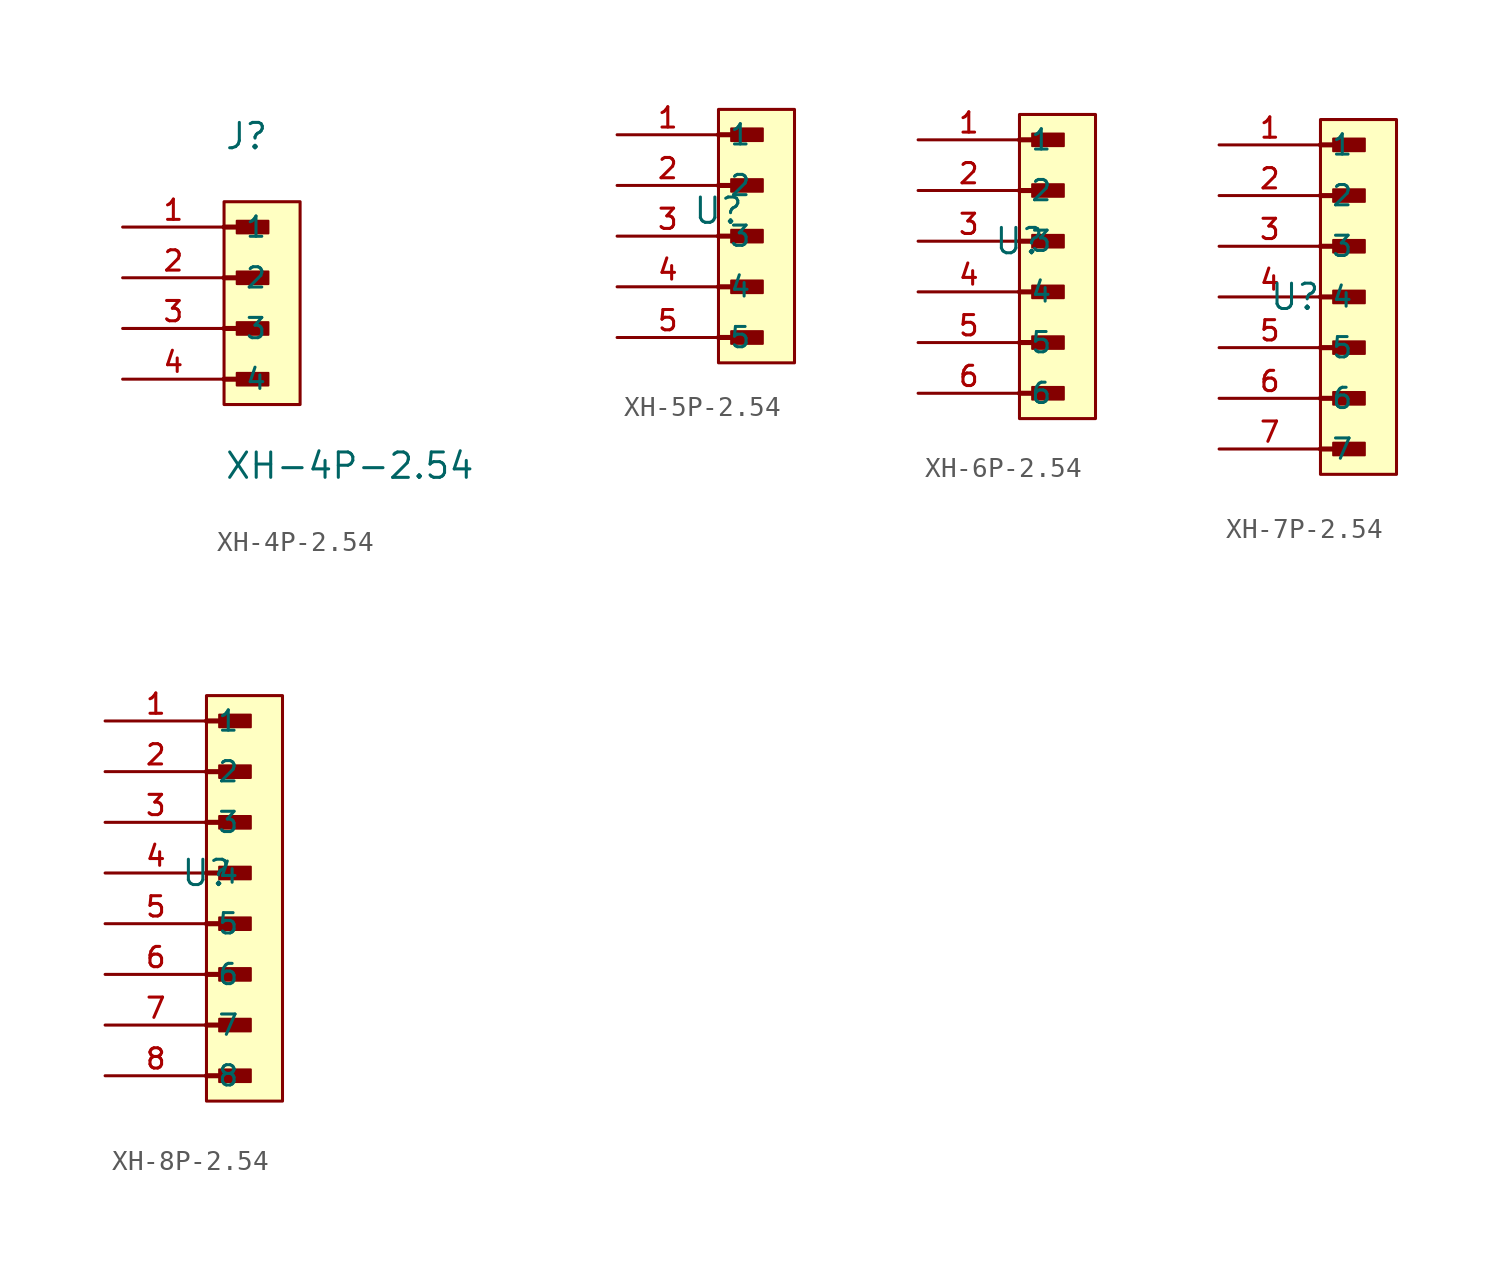
<source format=kicad_sym>
(kicad_symbol_lib
  (version 20220914)
  (generator kicad_symbol_editor)
  (symbol "XH-4P-2.54"
    (pin_names
      (offset 1.016))
    (property "Reference" "J"
      (at 0 8.89 0)
      (effects (font (size 1.27 1.27)) (justify left bottom)))
    (property "Value" "XH-4P-2.54"
      (at 0 -7.62 0)
      (effects (font (size 1.27 1.27)) (justify left bottom)))
    (symbol "XH-4P-2.54_0_0"
      (polyline (pts (xy 0 -2.54) (xy 1.905 -2.54)) (stroke (width 0.254) (type default)) (fill (type none)))
      (polyline (pts (xy 0 0) (xy 1.905 0)) (stroke (width 0.254) (type default)) (fill (type none)))
      (polyline (pts (xy 0 2.54) (xy 1.905 2.54)) (stroke (width 0.254) (type default)) (fill (type none)))
      (polyline (pts (xy 0 5.08) (xy 1.905 5.08)) (stroke (width 0.254) (type default)) (fill (type none)))
      (rectangle (start 0.635 -2.857) (end 2.223 -2.223) (stroke (width 0.1) (type default)) (fill (type outline)))
      (rectangle (start 0.635 -0.318) (end 2.223 0.318) (stroke (width 0.1) (type default)) (fill (type outline)))
      (rectangle (start 0.635 2.223) (end 2.223 2.857) (stroke (width 0.1) (type default)) (fill (type outline)))
      (rectangle (start 0.635 4.763) (end 2.223 5.397) (stroke (width 0.1) (type default)) (fill (type outline)))
      (pin passive line (at -5.08 5.08 0) (length 5.08) (name "1" (effects (font (size 1.016 1.016)))) (number "1" (effects (font (size 1.016 1.016)))))
      (pin passive line (at -5.08 2.54 0) (length 5.08) (name "2" (effects (font (size 1.016 1.016)))) (number "2" (effects (font (size 1.016 1.016)))))
      (pin passive line (at -5.08 0 0) (length 5.08) (name "3" (effects (font (size 1.016 1.016)))) (number "3" (effects (font (size 1.016 1.016)))))
      (pin passive line (at -5.08 -2.54 0) (length 5.08) (name "4" (effects (font (size 1.016 1.016)))) (number "4" (effects (font (size 1.016 1.016))))))
    (symbol "XH-4P-2.54_1_1"
      (rectangle (start 0 6.35) (end 3.81 -3.81) (stroke (width 0) (type default)) (fill (type background)))))
  (symbol "XH-5P-2.54"
    (property "Reference" "U"
      (at 0 0 0)
      (effects (font (size 1.27 1.27))))
    (property "Value" ""
      (at 0 0 0)
      (effects (font (size 1.27 1.27))))
    (symbol "XH-5P-2.54_0_0"
      (polyline (pts (xy 0 -6.35) (xy 1.905 -6.35)) (stroke (width 0.254) (type default)) (fill (type none)))
      (polyline (pts (xy 0 -3.81) (xy 1.905 -3.81)) (stroke (width 0.254) (type default)) (fill (type none)))
      (polyline (pts (xy 0 -1.27) (xy 1.905 -1.27)) (stroke (width 0.254) (type default)) (fill (type none)))
      (polyline (pts (xy 0 1.27) (xy 1.905 1.27)) (stroke (width 0.254) (type default)) (fill (type none)))
      (polyline (pts (xy 0 3.81) (xy 1.905 3.81)) (stroke (width 0.254) (type default)) (fill (type none)))
      (rectangle (start 0.635 -6.032) (end 2.223 -6.668) (stroke (width 0.1) (type default)) (fill (type outline)))
      (rectangle (start 0.635 -4.128) (end 2.223 -3.493) (stroke (width 0.1) (type default)) (fill (type outline)))
      (rectangle (start 0.635 -1.587) (end 2.223 -0.953) (stroke (width 0.1) (type default)) (fill (type outline)))
      (rectangle (start 0.635 0.953) (end 2.223 1.587) (stroke (width 0.1) (type default)) (fill (type outline)))
      (rectangle (start 0.635 3.493) (end 2.223 4.128) (stroke (width 0.1) (type default)) (fill (type outline)))
      (pin passive line (at -5.08 3.81 0) (length 5.08) (name "1" (effects (font (size 1.016 1.016)))) (number "1" (effects (font (size 1.016 1.016)))))
      (pin passive line (at -5.08 1.27 0) (length 5.08) (name "2" (effects (font (size 1.016 1.016)))) (number "2" (effects (font (size 1.016 1.016)))))
      (pin passive line (at -5.08 -1.27 0) (length 5.08) (name "3" (effects (font (size 1.016 1.016)))) (number "3" (effects (font (size 1.016 1.016)))))
      (pin passive line (at -5.08 -3.81 0) (length 5.08) (name "4" (effects (font (size 1.016 1.016)))) (number "4" (effects (font (size 1.016 1.016))))))
    (symbol "XH-5P-2.54_1_0"
      (pin passive line (at -5.08 -6.35 0) (length 5.08) (name "5" (effects (font (size 1.016 1.016)))) (number "5" (effects (font (size 1.016 1.016))))))
    (symbol "XH-5P-2.54_1_1"
      (rectangle (start 0 5.08) (end 3.81 -7.62) (stroke (width 0) (type default)) (fill (type background)))))
  (symbol "XH-6P-2.54"
    (property "Reference" "U"
      (at 0 0 0)
      (effects (font (size 1.27 1.27))))
    (property "Value" ""
      (at 0 0 0)
      (effects (font (size 1.27 1.27))))
    (symbol "XH-6P-2.54_0_0"
      (polyline (pts (xy 0 -7.62) (xy 1.905 -7.62)) (stroke (width 0.254) (type default)) (fill (type none)))
      (polyline (pts (xy 0 -5.08) (xy 1.905 -5.08)) (stroke (width 0.254) (type default)) (fill (type none)))
      (polyline (pts (xy 0 -2.54) (xy 1.905 -2.54)) (stroke (width 0.254) (type default)) (fill (type none)))
      (polyline (pts (xy 0 0) (xy 1.905 0)) (stroke (width 0.254) (type default)) (fill (type none)))
      (polyline (pts (xy 0 2.54) (xy 1.905 2.54)) (stroke (width 0.254) (type default)) (fill (type none)))
      (polyline (pts (xy 0 5.08) (xy 1.905 5.08)) (stroke (width 0.254) (type default)) (fill (type none)))
      (rectangle (start 0.635 -7.938) (end 2.223 -7.303) (stroke (width 0.1) (type default)) (fill (type outline)))
      (rectangle (start 0.635 -5.397) (end 2.223 -4.763) (stroke (width 0.1) (type default)) (fill (type outline)))
      (rectangle (start 0.635 -2.857) (end 2.223 -2.223) (stroke (width 0.1) (type default)) (fill (type outline)))
      (rectangle (start 0.635 -0.318) (end 2.223 0.318) (stroke (width 0.1) (type default)) (fill (type outline)))
      (rectangle (start 0.635 2.223) (end 2.223 2.857) (stroke (width 0.1) (type default)) (fill (type outline)))
      (rectangle (start 0.635 4.763) (end 2.223 5.397) (stroke (width 0.1) (type default)) (fill (type outline)))
      (pin passive line (at -5.08 5.08 0) (length 5.08) (name "1" (effects (font (size 1.016 1.016)))) (number "1" (effects (font (size 1.016 1.016)))))
      (pin passive line (at -5.08 2.54 0) (length 5.08) (name "2" (effects (font (size 1.016 1.016)))) (number "2" (effects (font (size 1.016 1.016)))))
      (pin passive line (at -5.08 0 0) (length 5.08) (name "3" (effects (font (size 1.016 1.016)))) (number "3" (effects (font (size 1.016 1.016)))))
      (pin passive line (at -5.08 -2.54 0) (length 5.08) (name "4" (effects (font (size 1.016 1.016)))) (number "4" (effects (font (size 1.016 1.016))))))
    (symbol "XH-6P-2.54_1_0"
      (pin passive line (at -5.08 -5.08 0) (length 5.08) (name "5" (effects (font (size 1.016 1.016)))) (number "5" (effects (font (size 1.016 1.016)))))
      (pin passive line (at -5.08 -7.62 0) (length 5.08) (name "6" (effects (font (size 1.016 1.016)))) (number "6" (effects (font (size 1.016 1.016))))))
    (symbol "XH-6P-2.54_1_1"
      (rectangle (start 0 6.35) (end 3.81 -8.89) (stroke (width 0) (type default)) (fill (type background)))))
  (symbol "XH-7P-2.54"
    (property "Reference" "U"
      (at 0 0 0)
      (effects (font (size 1.27 1.27))))
    (property "Value" ""
      (at 0 0 0)
      (effects (font (size 1.27 1.27))))
    (symbol "XH-7P-2.54_0_0"
      (polyline (pts (xy 1.27 -7.62) (xy 3.175 -7.62)) (stroke (width 0.254) (type default)) (fill (type none)))
      (polyline (pts (xy 1.27 -5.08) (xy 3.175 -5.08)) (stroke (width 0.254) (type default)) (fill (type none)))
      (polyline (pts (xy 1.27 -2.54) (xy 3.175 -2.54)) (stroke (width 0.254) (type default)) (fill (type none)))
      (polyline (pts (xy 1.27 0) (xy 3.175 0)) (stroke (width 0.254) (type default)) (fill (type none)))
      (polyline (pts (xy 1.27 2.54) (xy 3.175 2.54)) (stroke (width 0.254) (type default)) (fill (type none)))
      (polyline (pts (xy 1.27 5.08) (xy 3.175 5.08)) (stroke (width 0.254) (type default)) (fill (type none)))
      (polyline (pts (xy 1.27 7.62) (xy 3.175 7.62)) (stroke (width 0.254) (type default)) (fill (type none)))
      (rectangle (start 1.905 -7.938) (end 3.493 -7.303) (stroke (width 0.1) (type default)) (fill (type outline)))
      (rectangle (start 1.905 -4.763) (end 3.493 -5.397) (stroke (width 0.1) (type default)) (fill (type outline)))
      (rectangle (start 1.905 -2.857) (end 3.493 -2.223) (stroke (width 0.1) (type default)) (fill (type outline)))
      (rectangle (start 1.905 -0.318) (end 3.493 0.318) (stroke (width 0.1) (type default)) (fill (type outline)))
      (rectangle (start 1.905 2.223) (end 3.493 2.857) (stroke (width 0.1) (type default)) (fill (type outline)))
      (rectangle (start 1.905 4.763) (end 3.493 5.397) (stroke (width 0.1) (type default)) (fill (type outline)))
      (rectangle (start 1.905 7.303) (end 3.493 7.938) (stroke (width 0.1) (type default)) (fill (type outline)))
      (pin passive line (at -3.81 7.62 0) (length 5.08) (name "1" (effects (font (size 1.016 1.016)))) (number "1" (effects (font (size 1.016 1.016)))))
      (pin passive line (at -3.81 5.08 0) (length 5.08) (name "2" (effects (font (size 1.016 1.016)))) (number "2" (effects (font (size 1.016 1.016)))))
      (pin passive line (at -3.81 2.54 0) (length 5.08) (name "3" (effects (font (size 1.016 1.016)))) (number "3" (effects (font (size 1.016 1.016)))))
      (pin passive line (at -3.81 0 0) (length 5.08) (name "4" (effects (font (size 1.016 1.016)))) (number "4" (effects (font (size 1.016 1.016))))))
    (symbol "XH-7P-2.54_1_0"
      (pin passive line (at -3.81 -2.54 0) (length 5.08) (name "5" (effects (font (size 1.016 1.016)))) (number "5" (effects (font (size 1.016 1.016)))))
      (pin passive line (at -3.81 -5.08 0) (length 5.08) (name "6" (effects (font (size 1.016 1.016)))) (number "6" (effects (font (size 1.016 1.016)))))
      (pin passive line (at -3.81 -7.62 0) (length 5.08) (name "7" (effects (font (size 1.016 1.016)))) (number "7" (effects (font (size 1.016 1.016))))))
    (symbol "XH-7P-2.54_1_1"
      (rectangle (start 1.27 8.89) (end 5.08 -8.89) (stroke (width 0) (type default)) (fill (type background)))))
  (symbol "XH-8P-2.54"
    (property "Reference" "U"
      (at 0 0 0)
      (effects (font (size 1.27 1.27))))
    (property "Value" ""
      (at 0 0 0)
      (effects (font (size 1.27 1.27))))
    (symbol "XH-8P-2.54_0_0"
      (polyline (pts (xy 0 -10.16) (xy 1.905 -10.16)) (stroke (width 0.254) (type default)) (fill (type none)))
      (polyline (pts (xy 0 -7.62) (xy 1.905 -7.62)) (stroke (width 0.254) (type default)) (fill (type none)))
      (polyline (pts (xy 0 -5.08) (xy 1.905 -5.08)) (stroke (width 0.254) (type default)) (fill (type none)))
      (polyline (pts (xy 0 -2.54) (xy 1.905 -2.54)) (stroke (width 0.254) (type default)) (fill (type none)))
      (polyline (pts (xy 0 0) (xy 1.905 0)) (stroke (width 0.254) (type default)) (fill (type none)))
      (polyline (pts (xy 0 2.54) (xy 1.905 2.54)) (stroke (width 0.254) (type default)) (fill (type none)))
      (polyline (pts (xy 0 5.08) (xy 1.905 5.08)) (stroke (width 0.254) (type default)) (fill (type none)))
      (polyline (pts (xy 0 7.62) (xy 1.905 7.62)) (stroke (width 0.254) (type default)) (fill (type none)))
      (rectangle (start 0.635 -9.842) (end 2.223 -10.477) (stroke (width 0.1) (type default)) (fill (type outline)))
      (rectangle (start 0.635 -7.938) (end 2.223 -7.303) (stroke (width 0.1) (type default)) (fill (type outline)))
      (rectangle (start 0.635 -5.397) (end 2.223 -4.763) (stroke (width 0.1) (type default)) (fill (type outline)))
      (rectangle (start 0.635 -2.857) (end 2.223 -2.223) (stroke (width 0.1) (type default)) (fill (type outline)))
      (rectangle (start 0.635 -0.318) (end 2.223 0.318) (stroke (width 0.1) (type default)) (fill (type outline)))
      (rectangle (start 0.635 2.223) (end 2.223 2.857) (stroke (width 0.1) (type default)) (fill (type outline)))
      (rectangle (start 0.635 4.763) (end 2.223 5.397) (stroke (width 0.1) (type default)) (fill (type outline)))
      (rectangle (start 0.635 7.303) (end 2.223 7.938) (stroke (width 0.1) (type default)) (fill (type outline)))
      (pin passive line (at -5.08 7.62 0) (length 5.08) (name "1" (effects (font (size 1.016 1.016)))) (number "1" (effects (font (size 1.016 1.016)))))
      (pin passive line (at -5.08 5.08 0) (length 5.08) (name "2" (effects (font (size 1.016 1.016)))) (number "2" (effects (font (size 1.016 1.016)))))
      (pin passive line (at -5.08 2.54 0) (length 5.08) (name "3" (effects (font (size 1.016 1.016)))) (number "3" (effects (font (size 1.016 1.016)))))
      (pin passive line (at -5.08 0 0) (length 5.08) (name "4" (effects (font (size 1.016 1.016)))) (number "4" (effects (font (size 1.016 1.016))))))
    (symbol "XH-8P-2.54_1_0"
      (pin passive line (at -5.08 -2.54 0) (length 5.08) (name "5" (effects (font (size 1.016 1.016)))) (number "5" (effects (font (size 1.016 1.016)))))
      (pin passive line (at -5.08 -5.08 0) (length 5.08) (name "6" (effects (font (size 1.016 1.016)))) (number "6" (effects (font (size 1.016 1.016)))))
      (pin passive line (at -5.08 -7.62 0) (length 5.08) (name "7" (effects (font (size 1.016 1.016)))) (number "7" (effects (font (size 1.016 1.016)))))
      (pin passive line (at -5.08 -10.16 0) (length 5.08) (name "8" (effects (font (size 1.016 1.016)))) (number "8" (effects (font (size 1.016 1.016))))))
    (symbol "XH-8P-2.54_1_1"
      (rectangle (start 0 8.89) (end 3.81 -11.43) (stroke (width 0) (type default)) (fill (type background))))))
</source>
